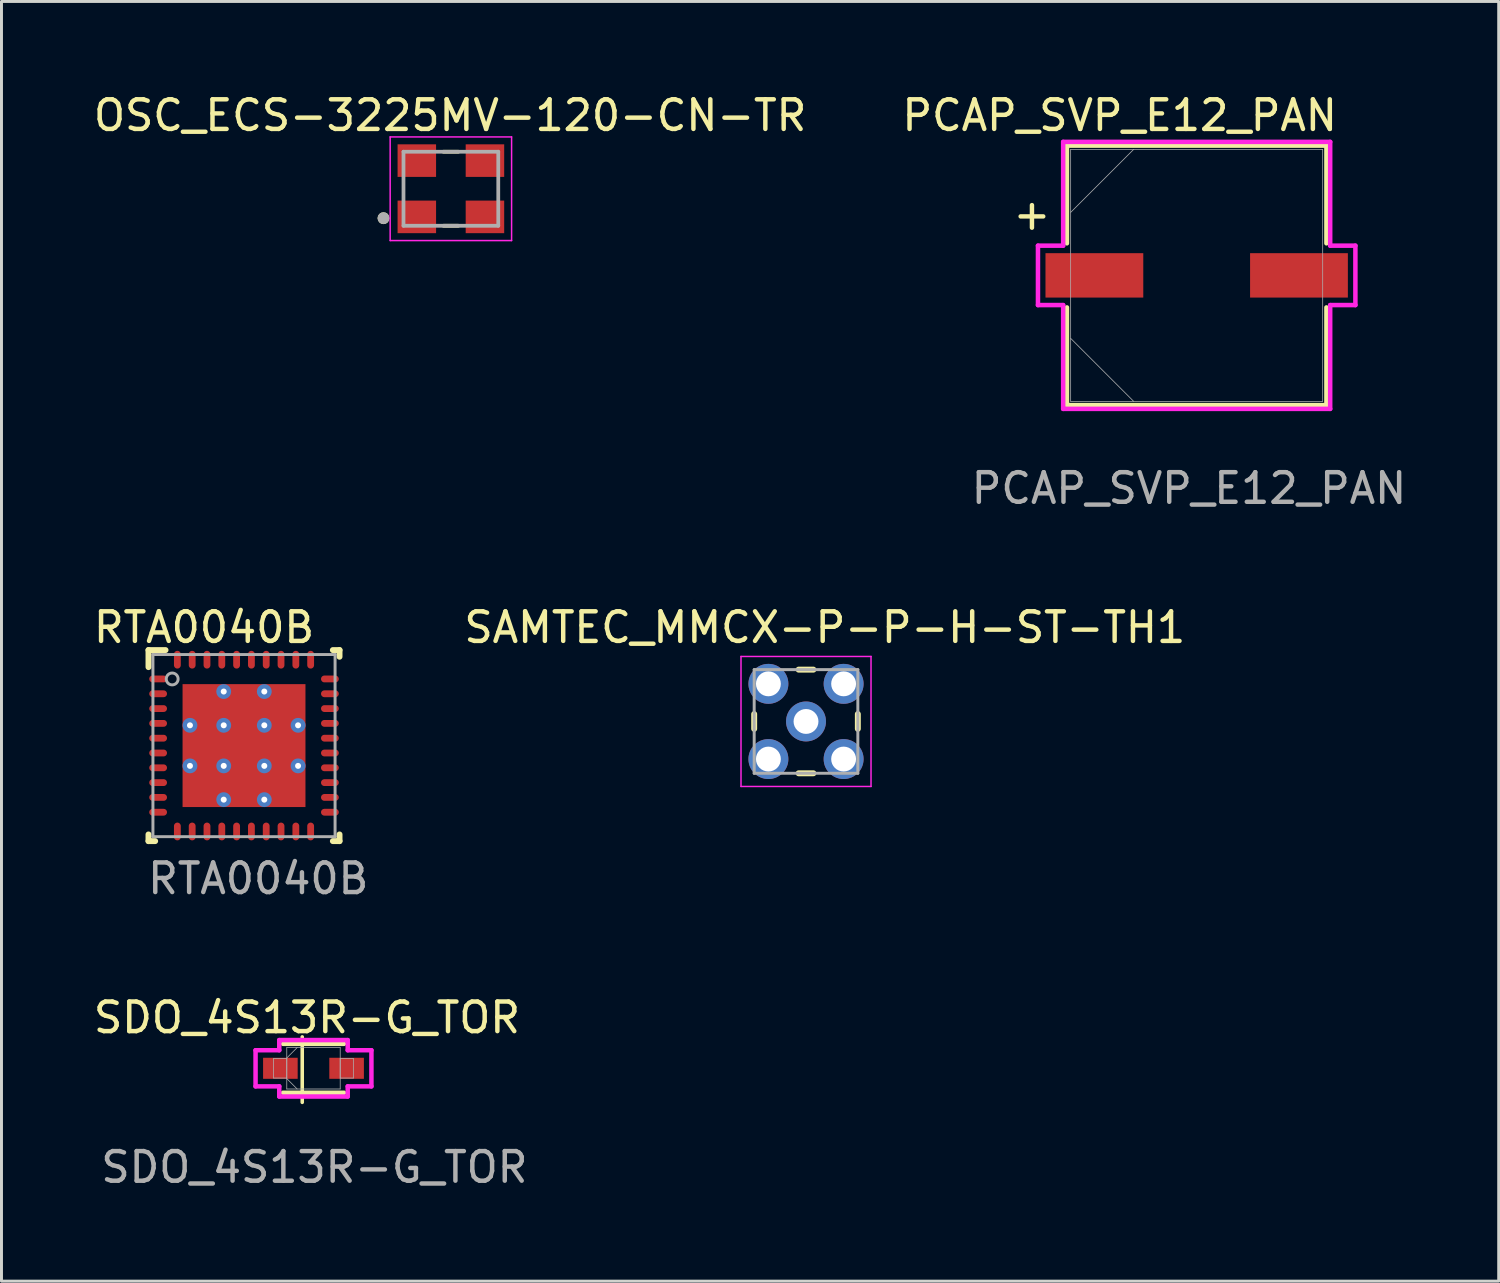
<source format=kicad_pcb>
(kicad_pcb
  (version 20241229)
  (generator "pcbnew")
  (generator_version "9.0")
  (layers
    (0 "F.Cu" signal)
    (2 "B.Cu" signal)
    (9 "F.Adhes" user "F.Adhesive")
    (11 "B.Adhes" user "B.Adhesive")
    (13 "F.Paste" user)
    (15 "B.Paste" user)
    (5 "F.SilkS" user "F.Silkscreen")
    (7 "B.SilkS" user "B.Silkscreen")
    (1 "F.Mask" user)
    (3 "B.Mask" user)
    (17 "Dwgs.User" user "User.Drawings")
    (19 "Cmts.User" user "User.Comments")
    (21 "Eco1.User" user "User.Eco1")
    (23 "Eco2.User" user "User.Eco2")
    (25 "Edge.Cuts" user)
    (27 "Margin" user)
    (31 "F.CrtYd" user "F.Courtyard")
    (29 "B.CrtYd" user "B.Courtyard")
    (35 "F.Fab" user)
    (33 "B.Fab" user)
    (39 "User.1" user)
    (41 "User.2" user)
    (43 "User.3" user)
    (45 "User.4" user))
  (footprint "PCAP_SVP_E12_PAN"
    (layer "F.Cu")
    (at 37.356 6.248)
    (property "Reference" "PCAP_SVP_E12_PAN" (at -2.6 -5.4 0) (unlocked yes) (layer "F.SilkS") (effects (font (size 1 1) (thickness 0.15))))
    (attr smd)
    (fp_line (start -4.381 -4.381) (end -4.381 -1.082) (stroke (width 0.152) (type solid)) (layer "F.SilkS"))
    (fp_line (start -4.381 1.082) (end -4.381 4.381) (stroke (width 0.152) (type solid)) (layer "F.SilkS"))
    (fp_line (start -4.381 4.381) (end 4.381 4.381) (stroke (width 0.152) (type solid)) (layer "F.SilkS"))
    (fp_line (start 4.381 -4.381) (end -4.381 -4.381) (stroke (width 0.152) (type solid)) (layer "F.SilkS"))
    (fp_line (start 4.381 -1.082) (end 4.381 -4.381) (stroke (width 0.152) (type solid)) (layer "F.SilkS"))
    (fp_line (start 4.381 4.381) (end 4.381 1.082) (stroke (width 0.152) (type solid)) (layer "F.SilkS"))
    (fp_line (start -5.359 -1.003) (end -4.508 -1.003) (stroke (width 0.152) (type solid)) (layer "F.CrtYd"))
    (fp_line (start -5.359 1.003) (end -5.359 -1.003) (stroke (width 0.152) (type solid)) (layer "F.CrtYd"))
    (fp_line (start -4.508 -4.508) (end 4.508 -4.508) (stroke (width 0.152) (type solid)) (layer "F.CrtYd"))
    (fp_line (start -4.508 -1.003) (end -4.508 -4.508) (stroke (width 0.152) (type solid)) (layer "F.CrtYd"))
    (fp_line (start -4.508 1.003) (end -5.359 1.003) (stroke (width 0.152) (type solid)) (layer "F.CrtYd"))
    (fp_line (start -4.508 4.508) (end -4.508 1.003) (stroke (width 0.152) (type solid)) (layer "F.CrtYd"))
    (fp_line (start 4.508 -4.508) (end 4.508 -1.003) (stroke (width 0.152) (type solid)) (layer "F.CrtYd"))
    (fp_line (start 4.508 -1.003) (end 5.359 -1.003) (stroke (width 0.152) (type solid)) (layer "F.CrtYd"))
    (fp_line (start 4.508 1.003) (end 4.508 4.508) (stroke (width 0.152) (type solid)) (layer "F.CrtYd"))
    (fp_line (start 4.508 4.508) (end -4.508 4.508) (stroke (width 0.152) (type solid)) (layer "F.CrtYd"))
    (fp_line (start 5.359 -1.003) (end 5.359 1.003) (stroke (width 0.152) (type solid)) (layer "F.CrtYd"))
    (fp_line (start 5.359 1.003) (end 4.508 1.003) (stroke (width 0.152) (type solid)) (layer "F.CrtYd"))
    (fp_line (start -4.255 -4.255) (end -4.255 4.255) (stroke (width 0.025) (type solid)) (layer "F.Fab"))
    (fp_line (start -4.255 -2.127) (end -2.127 -4.255) (stroke (width 0.025) (type solid)) (layer "F.Fab"))
    (fp_line (start -4.255 2.127) (end -2.127 4.255) (stroke (width 0.025) (type solid)) (layer "F.Fab"))
    (fp_line (start -4.255 4.255) (end 4.255 4.255) (stroke (width 0.025) (type solid)) (layer "F.Fab"))
    (fp_line (start 4.255 -4.255) (end -4.255 -4.255) (stroke (width 0.025) (type solid)) (layer "F.Fab"))
    (fp_line (start 4.255 4.255) (end 4.255 -4.255) (stroke (width 0.025) (type solid)) (layer "F.Fab"))
    (fp_text user "+" (at -6.28 -1.48 0) (unlocked yes) (layer "F.SilkS") (effects (font (size 1 1) (thickness 0.15)) (justify left bottom)))
    (fp_text user "${REFERENCE}" (at -0.26 7.19 0) (unlocked yes) (layer "F.Fab") (effects (font (size 1 1) (thickness 0.15))))
    (pad "1" smd rect (at -3.454 0) (size 3.302 1.499) (layers "F.Cu" "F.Mask" "F.Paste"))
    (pad "2" smd rect (at 3.454 0) (size 3.302 1.499) (layers "F.Cu" "F.Mask" "F.Paste")))
  (footprint "RTA0040B"
    (layer "F.Cu")
    (at 5.189 22.125)
    (property "Reference" "RTA0040B" (at -1.35 -3.99 0) (unlocked yes) (layer "F.SilkS") (effects (font (size 1 1) (thickness 0.15))))
    (attr smd)
    (fp_line (start -3.225 -3.225) (end -2.65 -3.225) (stroke (width 0.2) (type solid)) (layer "F.SilkS"))
    (fp_line (start -3.225 -2.65) (end -3.225 -3.225) (stroke (width 0.2) (type solid)) (layer "F.SilkS"))
    (fp_line (start -3.225 3.225) (end -3.225 3) (stroke (width 0.2) (type solid)) (layer "F.SilkS"))
    (fp_line (start -3.225 3.225) (end -3 3.225) (stroke (width 0.2) (type solid)) (layer "F.SilkS"))
    (fp_line (start 3 -3.225) (end 3.225 -3.225) (stroke (width 0.2) (type solid)) (layer "F.SilkS"))
    (fp_line (start 3 3.225) (end 3.225 3.225) (stroke (width 0.2) (type solid)) (layer "F.SilkS"))
    (fp_line (start 3.225 -3) (end 3.225 -3.225) (stroke (width 0.2) (type solid)) (layer "F.SilkS"))
    (fp_line (start 3.225 3.225) (end 3.225 3) (stroke (width 0.2) (type solid)) (layer "F.SilkS"))
    (fp_poly (pts (xy -1.955 -0.785) (xy -0.785 -0.785) (xy -0.785 -1.955) (xy -1.955 -1.955)) (stroke (width 0) (type solid)) (fill yes) (layer "F.Paste"))
    (fp_poly (pts (xy -1.955 0.585) (xy -0.785 0.585) (xy -0.785 -0.585) (xy -1.955 -0.585)) (stroke (width 0) (type solid)) (fill yes) (layer "F.Paste"))
    (fp_poly (pts (xy -1.955 1.955) (xy -0.785 1.955) (xy -0.785 0.785) (xy -1.955 0.785)) (stroke (width 0) (type solid)) (fill yes) (layer "F.Paste"))
    (fp_poly (pts (xy -0.585 -0.785) (xy 0.585 -0.785) (xy 0.585 -1.955) (xy -0.585 -1.955)) (stroke (width 0) (type solid)) (fill yes) (layer "F.Paste"))
    (fp_poly (pts (xy -0.585 0.585) (xy 0.585 0.585) (xy 0.585 -0.585) (xy -0.585 -0.585)) (stroke (width 0) (type solid)) (fill yes) (layer "F.Paste"))
    (fp_poly (pts (xy -0.585 1.955) (xy 0.585 1.955) (xy 0.585 0.785) (xy -0.585 0.785)) (stroke (width 0) (type solid)) (fill yes) (layer "F.Paste"))
    (fp_poly (pts (xy 0.785 -0.785) (xy 1.955 -0.785) (xy 1.955 -1.955) (xy 0.785 -1.955)) (stroke (width 0) (type solid)) (fill yes) (layer "F.Paste"))
    (fp_poly (pts (xy 0.785 0.585) (xy 1.955 0.585) (xy 1.955 -0.585) (xy 0.785 -0.585)) (stroke (width 0) (type solid)) (fill yes) (layer "F.Paste"))
    (fp_poly (pts (xy 0.785 1.955) (xy 1.955 1.955) (xy 1.955 0.785) (xy 0.785 0.785)) (stroke (width 0) (type solid)) (fill yes) (layer "F.Paste"))
    (fp_line (start -3.075 -3.075) (end 3.075 -3.075) (stroke (width 0.1) (type solid)) (layer "F.Fab"))
    (fp_line (start -3.075 3.075) (end -3.075 -3.075) (stroke (width 0.1) (type solid)) (layer "F.Fab"))
    (fp_line (start -3.075 3.075) (end 3.075 3.075) (stroke (width 0.1) (type solid)) (layer "F.Fab"))
    (fp_line (start 3.075 3.075) (end 3.075 -3.075) (stroke (width 0.1) (type solid)) (layer "F.Fab"))
    (fp_circle (center -2.425 -2.25) (end -2.225 -2.25) (stroke (width 0.1) (type solid)) (fill no) (layer "F.Fab"))
    (fp_text user "${REFERENCE}" (at 0.48 4.49 0) (unlocked yes) (layer "F.Fab") (effects (font (size 1 1) (thickness 0.15))))
    (pad "1" smd oval (at -2.9 -2.25 90) (size 0.23 0.6) (layers "F.Cu" "F.Mask" "F.Paste"))
    (pad "2" smd oval (at -2.9 -1.75 90) (size 0.23 0.6) (layers "F.Cu" "F.Mask" "F.Paste"))
    (pad "3" smd oval (at -2.9 -1.25 90) (size 0.23 0.6) (layers "F.Cu" "F.Mask" "F.Paste"))
    (pad "4" smd oval (at -2.9 -0.75 90) (size 0.23 0.6) (layers "F.Cu" "F.Mask" "F.Paste"))
    (pad "5" smd oval (at -2.9 -0.25 90) (size 0.23 0.6) (layers "F.Cu" "F.Mask" "F.Paste"))
    (pad "6" smd oval (at -2.9 0.25 90) (size 0.23 0.6) (layers "F.Cu" "F.Mask" "F.Paste"))
    (pad "7" smd oval (at -2.9 0.75 90) (size 0.23 0.6) (layers "F.Cu" "F.Mask" "F.Paste"))
    (pad "8" smd oval (at -2.9 1.25 90) (size 0.23 0.6) (layers "F.Cu" "F.Mask" "F.Paste"))
    (pad "9" smd oval (at -2.9 1.75 90) (size 0.23 0.6) (layers "F.Cu" "F.Mask" "F.Paste"))
    (pad "10" smd oval (at -2.9 2.25 90) (size 0.23 0.6) (layers "F.Cu" "F.Mask" "F.Paste"))
    (pad "11" smd oval (at -2.25 2.9) (size 0.23 0.6) (layers "F.Cu" "F.Mask" "F.Paste"))
    (pad "12" smd oval (at -1.75 2.9) (size 0.23 0.6) (layers "F.Cu" "F.Mask" "F.Paste"))
    (pad "13" smd oval (at -1.25 2.9) (size 0.23 0.6) (layers "F.Cu" "F.Mask" "F.Paste"))
    (pad "14" smd oval (at -0.75 2.9) (size 0.23 0.6) (layers "F.Cu" "F.Mask" "F.Paste"))
    (pad "15" smd oval (at -0.25 2.9) (size 0.23 0.6) (layers "F.Cu" "F.Mask" "F.Paste"))
    (pad "16" smd oval (at 0.25 2.9) (size 0.23 0.6) (layers "F.Cu" "F.Mask" "F.Paste"))
    (pad "17" smd oval (at 0.75 2.9) (size 0.23 0.6) (layers "F.Cu" "F.Mask" "F.Paste"))
    (pad "18" smd oval (at 1.25 2.9) (size 0.23 0.6) (layers "F.Cu" "F.Mask" "F.Paste"))
    (pad "19" smd oval (at 1.75 2.9) (size 0.23 0.6) (layers "F.Cu" "F.Mask" "F.Paste"))
    (pad "20" smd oval (at 2.25 2.9) (size 0.23 0.6) (layers "F.Cu" "F.Mask" "F.Paste"))
    (pad "21" smd oval (at 2.9 2.25 90) (size 0.23 0.6) (layers "F.Cu" "F.Mask" "F.Paste"))
    (pad "22" smd oval (at 2.9 1.75 90) (size 0.23 0.6) (layers "F.Cu" "F.Mask" "F.Paste"))
    (pad "23" smd oval (at 2.9 1.25 90) (size 0.23 0.6) (layers "F.Cu" "F.Mask" "F.Paste"))
    (pad "24" smd oval (at 2.9 0.75 90) (size 0.23 0.6) (layers "F.Cu" "F.Mask" "F.Paste"))
    (pad "25" smd oval (at 2.9 0.25 90) (size 0.23 0.6) (layers "F.Cu" "F.Mask" "F.Paste"))
    (pad "26" smd oval (at 2.9 -0.25 90) (size 0.23 0.6) (layers "F.Cu" "F.Mask" "F.Paste"))
    (pad "27" smd oval (at 2.9 -0.75 90) (size 0.23 0.6) (layers "F.Cu" "F.Mask" "F.Paste"))
    (pad "28" smd oval (at 2.9 -1.25 90) (size 0.23 0.6) (layers "F.Cu" "F.Mask" "F.Paste"))
    (pad "29" smd oval (at 2.9 -1.75 90) (size 0.23 0.6) (layers "F.Cu" "F.Mask" "F.Paste"))
    (pad "30" smd oval (at 2.9 -2.25 90) (size 0.23 0.6) (layers "F.Cu" "F.Mask" "F.Paste"))
    (pad "31" smd oval (at 2.25 -2.9) (size 0.23 0.6) (layers "F.Cu" "F.Mask" "F.Paste"))
    (pad "32" smd oval (at 1.75 -2.9) (size 0.23 0.6) (layers "F.Cu" "F.Mask" "F.Paste"))
    (pad "33" smd oval (at 1.25 -2.9) (size 0.23 0.6) (layers "F.Cu" "F.Mask" "F.Paste"))
    (pad "34" smd oval (at 0.75 -2.9) (size 0.23 0.6) (layers "F.Cu" "F.Mask" "F.Paste"))
    (pad "35" smd oval (at 0.25 -2.9) (size 0.23 0.6) (layers "F.Cu" "F.Mask" "F.Paste"))
    (pad "36" smd oval (at -0.25 -2.9) (size 0.23 0.6) (layers "F.Cu" "F.Mask" "F.Paste"))
    (pad "37" smd oval (at -0.75 -2.9) (size 0.23 0.6) (layers "F.Cu" "F.Mask" "F.Paste"))
    (pad "38" smd oval (at -1.25 -2.9) (size 0.23 0.6) (layers "F.Cu" "F.Mask" "F.Paste"))
    (pad "39" smd oval (at -1.75 -2.9) (size 0.23 0.6) (layers "F.Cu" "F.Mask" "F.Paste"))
    (pad "40" smd oval (at -2.25 -2.9) (size 0.23 0.6) (layers "F.Cu" "F.Mask" "F.Paste"))
    (pad "41" smd rect (at 0 0) (size 4.15 4.15) (layers "F.Cu" "F.Mask"))
    (pad "V" thru_hole circle (at -1.825 -0.685) (size 0.5 0.5) (drill 0.203) (layers "*.Cu" "*.Mask"))
    (pad "V" thru_hole circle (at -1.825 0.685) (size 0.5 0.5) (drill 0.203) (layers "*.Cu" "*.Mask"))
    (pad "V" thru_hole circle (at -0.685 -1.825) (size 0.5 0.5) (drill 0.203) (layers "*.Cu" "*.Mask"))
    (pad "V" thru_hole circle (at -0.685 -0.685) (size 0.5 0.5) (drill 0.203) (layers "*.Cu" "*.Mask"))
    (pad "V" thru_hole circle (at -0.685 0.685) (size 0.5 0.5) (drill 0.203) (layers "*.Cu" "*.Mask"))
    (pad "V" thru_hole circle (at -0.685 1.825) (size 0.5 0.5) (drill 0.203) (layers "*.Cu" "*.Mask"))
    (pad "V" thru_hole circle (at 0.685 -1.825) (size 0.5 0.5) (drill 0.203) (layers "*.Cu" "*.Mask"))
    (pad "V" thru_hole circle (at 0.685 -0.685) (size 0.5 0.5) (drill 0.203) (layers "*.Cu" "*.Mask"))
    (pad "V" thru_hole circle (at 0.685 0.685) (size 0.5 0.5) (drill 0.203) (layers "*.Cu" "*.Mask"))
    (pad "V" thru_hole circle (at 0.685 1.825) (size 0.5 0.5) (drill 0.203) (layers "*.Cu" "*.Mask"))
    (pad "V" thru_hole circle (at 1.825 -0.685) (size 0.5 0.5) (drill 0.203) (layers "*.Cu" "*.Mask"))
    (pad "V" thru_hole circle (at 1.825 0.685) (size 0.5 0.5) (drill 0.203) (layers "*.Cu" "*.Mask")))
  (footprint "SAMTEC_MMCX-P-P-H-ST-TH1"
    (layer "F.Cu")
    (at 24.165 21.31)
    (property "Reference" "SAMTEC_MMCX-P-P-H-ST-TH1" (at 0.635 -3.175 0) (layer "F.SilkS") (effects (font (size 1 1) (thickness 0.15))))
    (attr through_hole)
    (fp_line (start -1.75 -0.25) (end -1.75 0.25) (stroke (width 0.2) (type solid)) (layer "F.SilkS"))
    (fp_line (start -0.25 -1.75) (end 0.25 -1.75) (stroke (width 0.2) (type solid)) (layer "F.SilkS"))
    (fp_line (start -0.25 1.75) (end 0.25 1.75) (stroke (width 0.2) (type solid)) (layer "F.SilkS"))
    (fp_line (start 1.75 -0.25) (end 1.75 0.25) (stroke (width 0.2) (type solid)) (layer "F.SilkS"))
    (fp_line (start -2.195 -2.195) (end 2.195 -2.195) (stroke (width 0.05) (type solid)) (layer "F.CrtYd"))
    (fp_line (start -2.195 2.195) (end -2.195 -2.195) (stroke (width 0.05) (type solid)) (layer "F.CrtYd"))
    (fp_line (start 2.195 -2.195) (end 2.195 2.195) (stroke (width 0.05) (type solid)) (layer "F.CrtYd"))
    (fp_line (start 2.195 2.195) (end -2.195 2.195) (stroke (width 0.05) (type solid)) (layer "F.CrtYd"))
    (fp_line (start -1.75 -1.75) (end 1.75 -1.75) (stroke (width 0.1) (type solid)) (layer "F.Fab"))
    (fp_line (start -1.75 1.75) (end -1.75 -1.75) (stroke (width 0.1) (type solid)) (layer "F.Fab"))
    (fp_line (start -1.75 1.75) (end 1.75 1.75) (stroke (width 0.1) (type solid)) (layer "F.Fab"))
    (fp_line (start 1.75 -1.75) (end 1.75 1.75) (stroke (width 0.1) (type solid)) (layer "F.Fab"))
    (pad "1" thru_hole circle (at 0 0) (size 1.348 1.348) (drill 0.84) (layers "*.Cu" "*.Mask"))
    (pad "2" thru_hole circle (at -1.27 -1.27) (size 1.348 1.348) (drill 0.84) (layers "*.Cu" "*.Mask"))
    (pad "2" thru_hole circle (at -1.27 1.27) (size 1.348 1.348) (drill 0.84) (layers "*.Cu" "*.Mask"))
    (pad "2" thru_hole circle (at 1.27 -1.27) (size 1.348 1.348) (drill 0.84) (layers "*.Cu" "*.Mask"))
    (pad "2" thru_hole circle (at 1.27 1.27) (size 1.348 1.348) (drill 0.84) (layers "*.Cu" "*.Mask")))
  (footprint "SDO_4S13R-G_TOR"
    (layer "F.Cu")
    (at 7.535 33.021)
    (property "Reference" "SDO_4S13R-G_TOR" (at -0.22 -1.71 0) (unlocked yes) (layer "F.SilkS") (effects (font (size 1 1) (thickness 0.15))))
    (attr smd)
    (fp_line (start -1.029 0.826) (end 1.029 0.826) (stroke (width 0.152) (type solid)) (layer "F.SilkS"))
    (fp_line (start -0.38 -1.06) (end -0.38 1.15) (stroke (width 0.12) (type default)) (layer "F.SilkS"))
    (fp_line (start 1.029 -0.826) (end -1.029 -0.826) (stroke (width 0.152) (type solid)) (layer "F.SilkS"))
    (fp_line (start -1.956 -0.61) (end -1.156 -0.61) (stroke (width 0.152) (type solid)) (layer "F.CrtYd"))
    (fp_line (start -1.956 0.61) (end -1.956 -0.61) (stroke (width 0.152) (type solid)) (layer "F.CrtYd"))
    (fp_line (start -1.156 -0.953) (end 1.156 -0.953) (stroke (width 0.152) (type solid)) (layer "F.CrtYd"))
    (fp_line (start -1.156 -0.61) (end -1.156 -0.953) (stroke (width 0.152) (type solid)) (layer "F.CrtYd"))
    (fp_line (start -1.156 0.61) (end -1.956 0.61) (stroke (width 0.152) (type solid)) (layer "F.CrtYd"))
    (fp_line (start -1.156 0.953) (end -1.156 0.61) (stroke (width 0.152) (type solid)) (layer "F.CrtYd"))
    (fp_line (start 1.156 -0.953) (end 1.156 -0.61) (stroke (width 0.152) (type solid)) (layer "F.CrtYd"))
    (fp_line (start 1.156 -0.61) (end 1.956 -0.61) (stroke (width 0.152) (type solid)) (layer "F.CrtYd"))
    (fp_line (start 1.156 0.61) (end 1.156 0.953) (stroke (width 0.152) (type solid)) (layer "F.CrtYd"))
    (fp_line (start 1.156 0.953) (end -1.156 0.953) (stroke (width 0.152) (type solid)) (layer "F.CrtYd"))
    (fp_line (start 1.956 -0.61) (end 1.956 0.61) (stroke (width 0.152) (type solid)) (layer "F.CrtYd"))
    (fp_line (start 1.956 0.61) (end 1.156 0.61) (stroke (width 0.152) (type solid)) (layer "F.CrtYd"))
    (fp_line (start -1.346 -0.33) (end -1.346 0.33) (stroke (width 0.025) (type solid)) (layer "F.Fab"))
    (fp_line (start -1.346 0.33) (end -0.902 0.33) (stroke (width 0.025) (type solid)) (layer "F.Fab"))
    (fp_line (start -0.902 -0.699) (end -0.902 0.699) (stroke (width 0.025) (type solid)) (layer "F.Fab"))
    (fp_line (start -0.902 -0.349) (end -0.552 -0.699) (stroke (width 0.025) (type solid)) (layer "F.Fab"))
    (fp_line (start -0.902 -0.33) (end -1.346 -0.33) (stroke (width 0.025) (type solid)) (layer "F.Fab"))
    (fp_line (start -0.902 0.33) (end -0.902 -0.33) (stroke (width 0.025) (type solid)) (layer "F.Fab"))
    (fp_line (start -0.902 0.349) (end -0.552 0.699) (stroke (width 0.025) (type solid)) (layer "F.Fab"))
    (fp_line (start -0.902 0.699) (end 0.902 0.699) (stroke (width 0.025) (type solid)) (layer "F.Fab"))
    (fp_line (start 0.902 -0.699) (end -0.902 -0.699) (stroke (width 0.025) (type solid)) (layer "F.Fab"))
    (fp_line (start 0.902 -0.33) (end 0.902 0.33) (stroke (width 0.025) (type solid)) (layer "F.Fab"))
    (fp_line (start 0.902 0.33) (end 1.346 0.33) (stroke (width 0.025) (type solid)) (layer "F.Fab"))
    (fp_line (start 0.902 0.699) (end 0.902 -0.699) (stroke (width 0.025) (type solid)) (layer "F.Fab"))
    (fp_line (start 1.346 -0.33) (end 0.902 -0.33) (stroke (width 0.025) (type solid)) (layer "F.Fab"))
    (fp_line (start 1.346 0.33) (end 1.346 -0.33) (stroke (width 0.025) (type solid)) (layer "F.Fab"))
    (fp_text user "${REFERENCE}" (at 0.03 3.34 0) (unlocked yes) (layer "F.Fab") (effects (font (size 1 1) (thickness 0.15))))
    (pad "1" smd rect (at -1.118 0) (size 1.168 0.711) (layers "F.Cu" "F.Mask" "F.Paste"))
    (pad "2" smd rect (at 1.118 0) (size 1.168 0.711) (layers "F.Cu" "F.Mask" "F.Paste")))
  (footprint "OSC_ECS-3225MV-120-CN-TR"
    (layer "F.Cu")
    (at 12.174 3.323)
    (property "Reference" "OSC_ECS-3225MV-120-CN-TR" (at -0.025 -2.475 0) (layer "F.SilkS") (effects (font (size 1 1) (thickness 0.15))))
    (attr smd)
    (fp_line (start -0.25 -1.25) (end 0.25 -1.25) (stroke (width 0.127) (type solid)) (layer "F.SilkS"))
    (fp_line (start -0.25 1.25) (end 0.25 1.25) (stroke (width 0.127) (type solid)) (layer "F.SilkS"))
    (fp_circle (center -2.275 0.994) (end -2.175 0.994) (stroke (width 0.2) (type solid)) (fill no) (layer "F.SilkS"))
    (fp_line (start -2.05 -1.75) (end 2.05 -1.75) (stroke (width 0.05) (type solid)) (layer "F.CrtYd"))
    (fp_line (start -2.05 1.75) (end -2.05 -1.75) (stroke (width 0.05) (type solid)) (layer "F.CrtYd"))
    (fp_line (start 2.05 -1.75) (end 2.05 1.75) (stroke (width 0.05) (type solid)) (layer "F.CrtYd"))
    (fp_line (start 2.05 1.75) (end -2.05 1.75) (stroke (width 0.05) (type solid)) (layer "F.CrtYd"))
    (fp_line (start -1.6 -1.25) (end 1.6 -1.25) (stroke (width 0.127) (type solid)) (layer "F.Fab"))
    (fp_line (start -1.6 1.25) (end -1.6 -1.25) (stroke (width 0.127) (type solid)) (layer "F.Fab"))
    (fp_line (start 1.6 -1.25) (end 1.6 1.25) (stroke (width 0.127) (type solid)) (layer "F.Fab"))
    (fp_line (start 1.6 1.25) (end -1.6 1.25) (stroke (width 0.127) (type solid)) (layer "F.Fab"))
    (fp_circle (center -2.275 0.994) (end -2.175 0.994) (stroke (width 0.2) (type solid)) (fill no) (layer "F.Fab"))
    (pad "1" smd rect (at -1.15 0.95) (size 1.3 1.1) (layers "F.Cu" "F.Mask" "F.Paste"))
    (pad "2" smd rect (at 1.15 0.95) (size 1.3 1.1) (layers "F.Cu" "F.Mask" "F.Paste"))
    (pad "3" smd rect (at 1.15 -0.95) (size 1.3 1.1) (layers "F.Cu" "F.Mask" "F.Paste"))
    (pad "4" smd rect (at -1.15 -0.95) (size 1.3 1.1) (layers "F.Cu" "F.Mask" "F.Paste")))
  (gr_rect
    (start -3 -3)
    (end 47.554 40.209)
    (stroke (width 0.1) (type default))
    (fill no)
    (layer "Edge.Cuts")))
</source>
